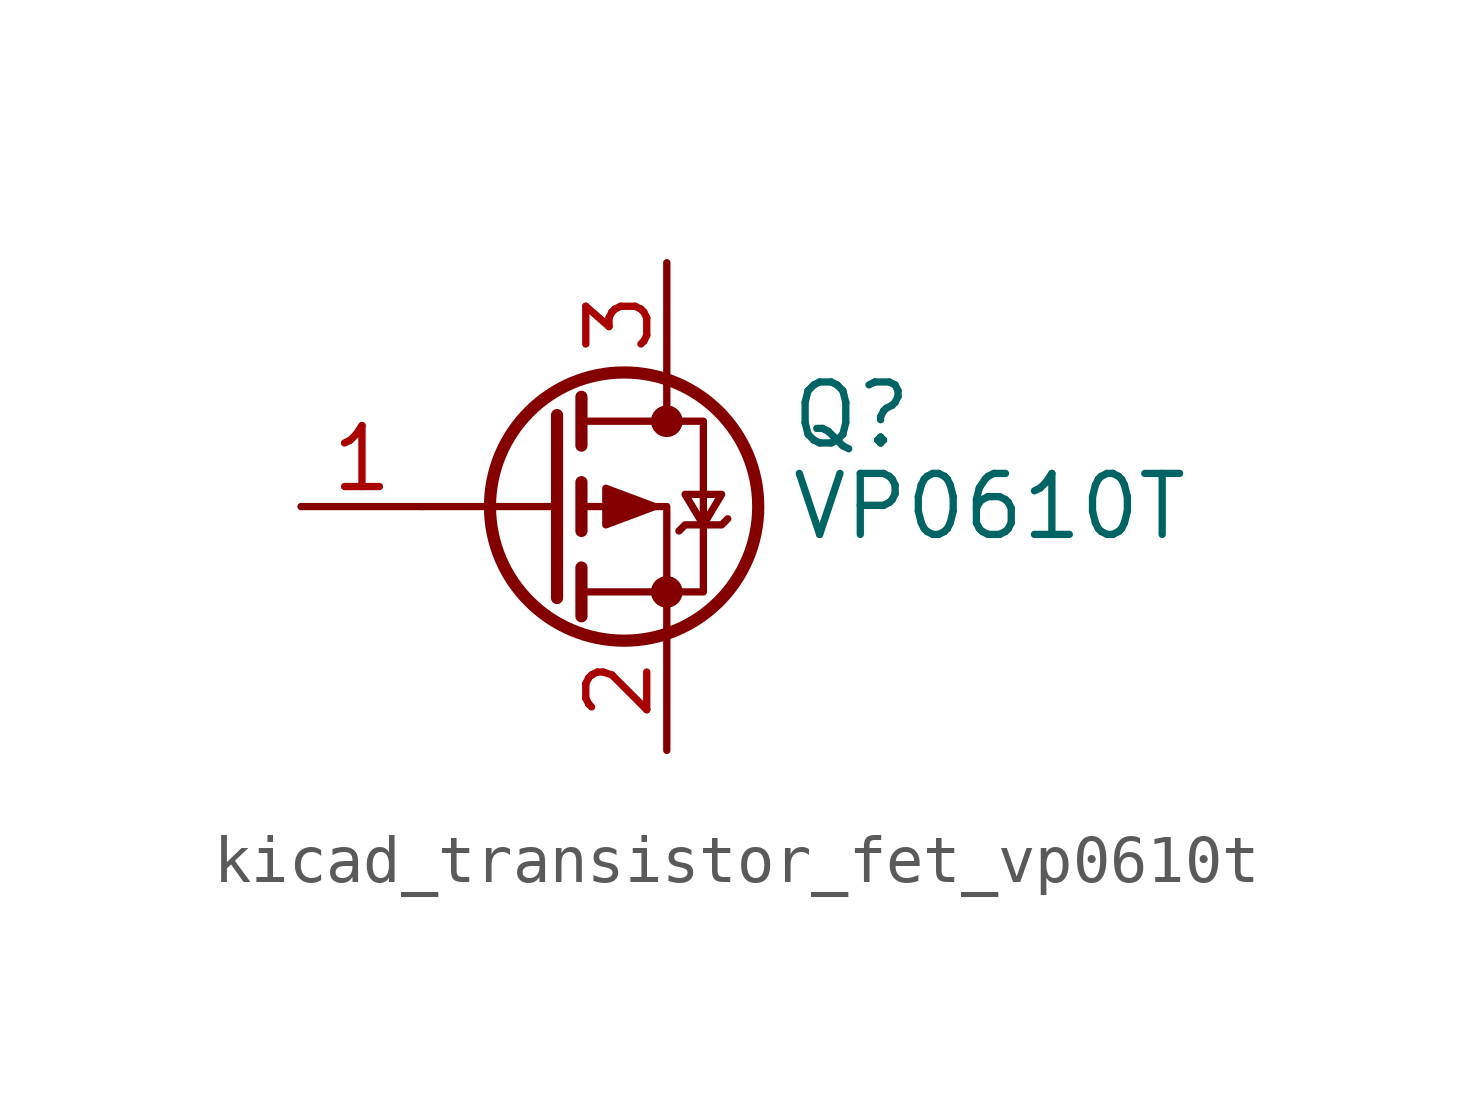
<source format=kicad_sym>
(kicad_symbol_lib
  (version 20220914)
  (generator kicad_symbol_editor)
  (symbol "kicad_transistor_fet_vp0610t"
    (pin_names hide)
    (property "Reference" "Q"
      (at 5.08 1.905 0)
      (effects (font (size 1.27 1.27)) (justify left)))
    (property "Value" "VP0610T"
      (at 5.08 0 0)
      (effects (font (size 1.27 1.27)) (justify left)))
    (symbol "kicad_transistor_fet_vp0610t_0_1"
      (polyline (pts (xy 0.254 0) (xy -2.54 0)) (stroke (width 0) (type default)) (fill (type none)))
      (polyline (pts (xy 0.254 1.905) (xy 0.254 -1.905)) (stroke (width 0.254) (type default)) (fill (type none)))
      (polyline (pts (xy 0.762 -1.27) (xy 0.762 -2.286)) (stroke (width 0.254) (type default)) (fill (type none)))
      (polyline (pts (xy 0.762 0.508) (xy 0.762 -0.508)) (stroke (width 0.254) (type default)) (fill (type none)))
      (polyline (pts (xy 0.762 2.286) (xy 0.762 1.27)) (stroke (width 0.254) (type default)) (fill (type none)))
      (polyline (pts (xy 2.54 2.54) (xy 2.54 1.778)) (stroke (width 0) (type default)) (fill (type none)))
      (polyline (pts (xy 2.54 -2.54) (xy 2.54 0) (xy 0.762 0)) (stroke (width 0) (type default)) (fill (type none)))
      (polyline (pts (xy 0.762 1.778) (xy 3.302 1.778) (xy 3.302 -1.778) (xy 0.762 -1.778)) (stroke (width 0) (type default)) (fill (type none)))
      (polyline (pts (xy 2.286 0) (xy 1.27 0.381) (xy 1.27 -0.381) (xy 2.286 0)) (stroke (width 0) (type default)) (fill (type outline)))
      (polyline (pts (xy 2.794 -0.508) (xy 2.921 -0.381) (xy 3.683 -0.381) (xy 3.81 -0.254)) (stroke (width 0) (type default)) (fill (type none)))
      (polyline (pts (xy 3.302 -0.381) (xy 2.921 0.254) (xy 3.683 0.254) (xy 3.302 -0.381)) (stroke (width 0) (type default)) (fill (type none)))
      (circle (center 1.651 0) (radius 2.794) (stroke (width 0.254) (type default)) (fill (type none)))
      (circle (center 2.54 -1.778) (radius 0.254) (stroke (width 0) (type default)) (fill (type outline)))
      (circle (center 2.54 1.778) (radius 0.254) (stroke (width 0) (type default)) (fill (type outline))))
    (symbol "kicad_transistor_fet_vp0610t_1_1"
      (pin input line (at -5.08 0 0) (length 2.54) (name "G" (effects (font (size 1.27 1.27)))) (number "1" (effects (font (size 1.27 1.27)))))
      (pin passive line (at 2.54 -5.08 90) (length 2.54) (name "S" (effects (font (size 1.27 1.27)))) (number "2" (effects (font (size 1.27 1.27)))))
      (pin passive line (at 2.54 5.08 270) (length 2.54) (name "D" (effects (font (size 1.27 1.27)))) (number "3" (effects (font (size 1.27 1.27))))))))
</source>
